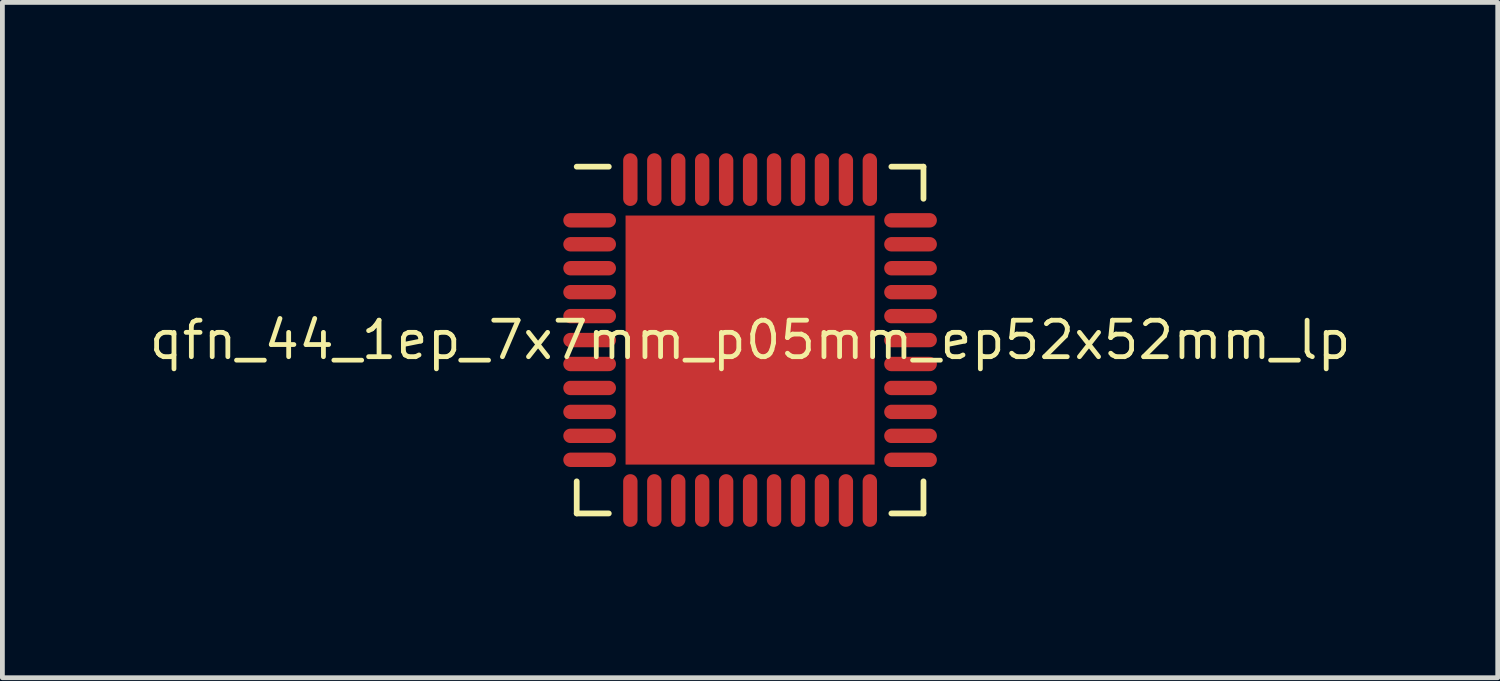
<source format=kicad_pcb>
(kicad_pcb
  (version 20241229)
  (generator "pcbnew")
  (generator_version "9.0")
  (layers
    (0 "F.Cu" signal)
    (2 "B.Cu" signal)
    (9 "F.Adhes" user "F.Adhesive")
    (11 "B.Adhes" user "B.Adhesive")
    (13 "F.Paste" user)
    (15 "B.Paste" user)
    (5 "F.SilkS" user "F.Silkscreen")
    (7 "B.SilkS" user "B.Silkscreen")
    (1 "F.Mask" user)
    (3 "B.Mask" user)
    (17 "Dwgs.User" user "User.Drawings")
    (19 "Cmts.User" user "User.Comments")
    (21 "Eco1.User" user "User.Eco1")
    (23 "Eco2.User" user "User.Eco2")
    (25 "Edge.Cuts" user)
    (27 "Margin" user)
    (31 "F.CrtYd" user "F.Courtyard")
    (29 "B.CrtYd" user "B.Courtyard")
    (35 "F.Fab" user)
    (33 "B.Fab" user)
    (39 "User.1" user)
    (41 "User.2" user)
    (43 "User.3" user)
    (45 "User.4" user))
  (footprint "qfn_44_1ep_7x7mm_p05mm_ep52x52mm_lp"
    (layer "F.Cu")
    (at 12.611 4.05)
    (property "Reference" "qfn_44_1ep_7x7mm_p05mm_ep52x52mm_lp" (at 0 0 0) (layer "F.SilkS") (effects (font (size 0.762 0.762) (thickness 0.1))))
    (attr through_hole)
    (fp_poly (pts (xy -2.75 2.75) (xy 2.75 2.75) (xy 2.75 -2.75) (xy -2.75 -2.75)) (stroke (width 0) (type solid)) (fill yes) (layer "F.Mask"))
    (fp_poly (pts (xy -2.95 -2.2) (xy -2.891 -2.206) (xy -2.835 -2.223) (xy -2.783 -2.251) (xy -2.738 -2.288) (xy -2.701 -2.333) (xy -2.673 -2.385) (xy -2.656 -2.441) (xy -2.65 -2.5) (xy -2.656 -2.559) (xy -2.673 -2.615) (xy -2.701 -2.667) (xy -2.738 -2.712) (xy -2.783 -2.749) (xy -2.835 -2.777) (xy -2.891 -2.794) (xy -2.95 -2.8) (xy -3.75 -2.8) (xy -3.809 -2.794) (xy -3.865 -2.777) (xy -3.917 -2.749) (xy -3.962 -2.712) (xy -3.999 -2.667) (xy -4.027 -2.615) (xy -4.044 -2.559) (xy -4.05 -2.5) (xy -4.044 -2.441) (xy -4.027 -2.385) (xy -3.999 -2.333) (xy -3.962 -2.288) (xy -3.917 -2.251) (xy -3.865 -2.223) (xy -3.809 -2.206) (xy -3.75 -2.2)) (stroke (width 0) (type solid)) (fill yes) (layer "F.Mask"))
    (fp_poly (pts (xy -2.95 -1.7) (xy -2.891 -1.706) (xy -2.835 -1.723) (xy -2.783 -1.751) (xy -2.738 -1.788) (xy -2.701 -1.833) (xy -2.673 -1.885) (xy -2.656 -1.941) (xy -2.65 -2) (xy -2.656 -2.059) (xy -2.673 -2.115) (xy -2.701 -2.167) (xy -2.738 -2.212) (xy -2.783 -2.249) (xy -2.835 -2.277) (xy -2.891 -2.294) (xy -2.95 -2.3) (xy -3.75 -2.3) (xy -3.809 -2.294) (xy -3.865 -2.277) (xy -3.917 -2.249) (xy -3.962 -2.212) (xy -3.999 -2.167) (xy -4.027 -2.115) (xy -4.044 -2.059) (xy -4.05 -2) (xy -4.044 -1.941) (xy -4.027 -1.885) (xy -3.999 -1.833) (xy -3.962 -1.788) (xy -3.917 -1.751) (xy -3.865 -1.723) (xy -3.809 -1.706) (xy -3.75 -1.7)) (stroke (width 0) (type solid)) (fill yes) (layer "F.Mask"))
    (fp_poly (pts (xy -2.95 -1.2) (xy -2.891 -1.206) (xy -2.835 -1.223) (xy -2.783 -1.251) (xy -2.738 -1.288) (xy -2.701 -1.333) (xy -2.673 -1.385) (xy -2.656 -1.441) (xy -2.65 -1.5) (xy -2.656 -1.559) (xy -2.673 -1.615) (xy -2.701 -1.667) (xy -2.738 -1.712) (xy -2.783 -1.749) (xy -2.835 -1.777) (xy -2.891 -1.794) (xy -2.95 -1.8) (xy -3.75 -1.8) (xy -3.809 -1.794) (xy -3.865 -1.777) (xy -3.917 -1.749) (xy -3.962 -1.712) (xy -3.999 -1.667) (xy -4.027 -1.615) (xy -4.044 -1.559) (xy -4.05 -1.5) (xy -4.044 -1.441) (xy -4.027 -1.385) (xy -3.999 -1.333) (xy -3.962 -1.288) (xy -3.917 -1.251) (xy -3.865 -1.223) (xy -3.809 -1.206) (xy -3.75 -1.2)) (stroke (width 0) (type solid)) (fill yes) (layer "F.Mask"))
    (fp_poly (pts (xy -2.95 -0.7) (xy -2.891 -0.706) (xy -2.835 -0.723) (xy -2.783 -0.751) (xy -2.738 -0.788) (xy -2.701 -0.833) (xy -2.673 -0.885) (xy -2.656 -0.941) (xy -2.65 -1) (xy -2.656 -1.059) (xy -2.673 -1.115) (xy -2.701 -1.167) (xy -2.738 -1.212) (xy -2.783 -1.249) (xy -2.835 -1.277) (xy -2.891 -1.294) (xy -2.95 -1.3) (xy -3.75 -1.3) (xy -3.809 -1.294) (xy -3.865 -1.277) (xy -3.917 -1.249) (xy -3.962 -1.212) (xy -3.999 -1.167) (xy -4.027 -1.115) (xy -4.044 -1.059) (xy -4.05 -1) (xy -4.044 -0.941) (xy -4.027 -0.885) (xy -3.999 -0.833) (xy -3.962 -0.788) (xy -3.917 -0.751) (xy -3.865 -0.723) (xy -3.809 -0.706) (xy -3.75 -0.7)) (stroke (width 0) (type solid)) (fill yes) (layer "F.Mask"))
    (fp_poly (pts (xy -2.95 -0.2) (xy -2.891 -0.206) (xy -2.835 -0.223) (xy -2.783 -0.251) (xy -2.738 -0.288) (xy -2.701 -0.333) (xy -2.673 -0.385) (xy -2.656 -0.441) (xy -2.65 -0.5) (xy -2.656 -0.559) (xy -2.673 -0.615) (xy -2.701 -0.667) (xy -2.738 -0.712) (xy -2.783 -0.749) (xy -2.835 -0.777) (xy -2.891 -0.794) (xy -2.95 -0.8) (xy -3.75 -0.8) (xy -3.809 -0.794) (xy -3.865 -0.777) (xy -3.917 -0.749) (xy -3.962 -0.712) (xy -3.999 -0.667) (xy -4.027 -0.615) (xy -4.044 -0.559) (xy -4.05 -0.5) (xy -4.044 -0.441) (xy -4.027 -0.385) (xy -3.999 -0.333) (xy -3.962 -0.288) (xy -3.917 -0.251) (xy -3.865 -0.223) (xy -3.809 -0.206) (xy -3.75 -0.2)) (stroke (width 0) (type solid)) (fill yes) (layer "F.Mask"))
    (fp_poly (pts (xy -2.95 0.3) (xy -2.891 0.294) (xy -2.835 0.277) (xy -2.783 0.249) (xy -2.738 0.212) (xy -2.701 0.167) (xy -2.673 0.115) (xy -2.656 0.059) (xy -2.65 0) (xy -2.656 -0.059) (xy -2.673 -0.115) (xy -2.701 -0.167) (xy -2.738 -0.212) (xy -2.783 -0.249) (xy -2.835 -0.277) (xy -2.891 -0.294) (xy -2.95 -0.3) (xy -3.75 -0.3) (xy -3.809 -0.294) (xy -3.865 -0.277) (xy -3.917 -0.249) (xy -3.962 -0.212) (xy -3.999 -0.167) (xy -4.027 -0.115) (xy -4.044 -0.059) (xy -4.05 0) (xy -4.044 0.059) (xy -4.027 0.115) (xy -3.999 0.167) (xy -3.962 0.212) (xy -3.917 0.249) (xy -3.865 0.277) (xy -3.809 0.294) (xy -3.75 0.3)) (stroke (width 0) (type solid)) (fill yes) (layer "F.Mask"))
    (fp_poly (pts (xy -2.95 0.8) (xy -2.891 0.794) (xy -2.835 0.777) (xy -2.783 0.749) (xy -2.738 0.712) (xy -2.701 0.667) (xy -2.673 0.615) (xy -2.656 0.559) (xy -2.65 0.5) (xy -2.656 0.441) (xy -2.673 0.385) (xy -2.701 0.333) (xy -2.738 0.288) (xy -2.783 0.251) (xy -2.835 0.223) (xy -2.891 0.206) (xy -2.95 0.2) (xy -3.75 0.2) (xy -3.809 0.206) (xy -3.865 0.223) (xy -3.917 0.251) (xy -3.962 0.288) (xy -3.999 0.333) (xy -4.027 0.385) (xy -4.044 0.441) (xy -4.05 0.5) (xy -4.044 0.559) (xy -4.027 0.615) (xy -3.999 0.667) (xy -3.962 0.712) (xy -3.917 0.749) (xy -3.865 0.777) (xy -3.809 0.794) (xy -3.75 0.8)) (stroke (width 0) (type solid)) (fill yes) (layer "F.Mask"))
    (fp_poly (pts (xy -2.95 1.3) (xy -2.891 1.294) (xy -2.835 1.277) (xy -2.783 1.249) (xy -2.738 1.212) (xy -2.701 1.167) (xy -2.673 1.115) (xy -2.656 1.059) (xy -2.65 1) (xy -2.656 0.941) (xy -2.673 0.885) (xy -2.701 0.833) (xy -2.738 0.788) (xy -2.783 0.751) (xy -2.835 0.723) (xy -2.891 0.706) (xy -2.95 0.7) (xy -3.75 0.7) (xy -3.809 0.706) (xy -3.865 0.723) (xy -3.917 0.751) (xy -3.962 0.788) (xy -3.999 0.833) (xy -4.027 0.885) (xy -4.044 0.941) (xy -4.05 1) (xy -4.044 1.059) (xy -4.027 1.115) (xy -3.999 1.167) (xy -3.962 1.212) (xy -3.917 1.249) (xy -3.865 1.277) (xy -3.809 1.294) (xy -3.75 1.3)) (stroke (width 0) (type solid)) (fill yes) (layer "F.Mask"))
    (fp_poly (pts (xy -2.95 1.8) (xy -2.891 1.794) (xy -2.835 1.777) (xy -2.783 1.749) (xy -2.738 1.712) (xy -2.701 1.667) (xy -2.673 1.615) (xy -2.656 1.559) (xy -2.65 1.5) (xy -2.656 1.441) (xy -2.673 1.385) (xy -2.701 1.333) (xy -2.738 1.288) (xy -2.783 1.251) (xy -2.835 1.223) (xy -2.891 1.206) (xy -2.95 1.2) (xy -3.75 1.2) (xy -3.809 1.206) (xy -3.865 1.223) (xy -3.917 1.251) (xy -3.962 1.288) (xy -3.999 1.333) (xy -4.027 1.385) (xy -4.044 1.441) (xy -4.05 1.5) (xy -4.044 1.559) (xy -4.027 1.615) (xy -3.999 1.667) (xy -3.962 1.712) (xy -3.917 1.749) (xy -3.865 1.777) (xy -3.809 1.794) (xy -3.75 1.8)) (stroke (width 0) (type solid)) (fill yes) (layer "F.Mask"))
    (fp_poly (pts (xy -2.95 2.3) (xy -2.891 2.294) (xy -2.835 2.277) (xy -2.783 2.249) (xy -2.738 2.212) (xy -2.701 2.167) (xy -2.673 2.115) (xy -2.656 2.059) (xy -2.65 2) (xy -2.656 1.941) (xy -2.673 1.885) (xy -2.701 1.833) (xy -2.738 1.788) (xy -2.783 1.751) (xy -2.835 1.723) (xy -2.891 1.706) (xy -2.95 1.7) (xy -3.75 1.7) (xy -3.809 1.706) (xy -3.865 1.723) (xy -3.917 1.751) (xy -3.962 1.788) (xy -3.999 1.833) (xy -4.027 1.885) (xy -4.044 1.941) (xy -4.05 2) (xy -4.044 2.059) (xy -4.027 2.115) (xy -3.999 2.167) (xy -3.962 2.212) (xy -3.917 2.249) (xy -3.865 2.277) (xy -3.809 2.294) (xy -3.75 2.3)) (stroke (width 0) (type solid)) (fill yes) (layer "F.Mask"))
    (fp_poly (pts (xy -2.95 2.8) (xy -2.891 2.794) (xy -2.835 2.777) (xy -2.783 2.749) (xy -2.738 2.712) (xy -2.701 2.667) (xy -2.673 2.615) (xy -2.656 2.559) (xy -2.65 2.5) (xy -2.656 2.441) (xy -2.673 2.385) (xy -2.701 2.333) (xy -2.738 2.288) (xy -2.783 2.251) (xy -2.835 2.223) (xy -2.891 2.206) (xy -2.95 2.2) (xy -3.75 2.2) (xy -3.809 2.206) (xy -3.865 2.223) (xy -3.917 2.251) (xy -3.962 2.288) (xy -3.999 2.333) (xy -4.027 2.385) (xy -4.044 2.441) (xy -4.05 2.5) (xy -4.044 2.559) (xy -4.027 2.615) (xy -3.999 2.667) (xy -3.962 2.712) (xy -3.917 2.749) (xy -3.865 2.777) (xy -3.809 2.794) (xy -3.75 2.8)) (stroke (width 0) (type solid)) (fill yes) (layer "F.Mask"))
    (fp_poly (pts (xy -2.2 -3.75) (xy -2.206 -3.809) (xy -2.223 -3.865) (xy -2.251 -3.917) (xy -2.288 -3.962) (xy -2.333 -3.999) (xy -2.385 -4.027) (xy -2.441 -4.044) (xy -2.5 -4.05) (xy -2.559 -4.044) (xy -2.615 -4.027) (xy -2.667 -3.999) (xy -2.712 -3.962) (xy -2.749 -3.917) (xy -2.777 -3.865) (xy -2.794 -3.809) (xy -2.8 -3.75) (xy -2.8 -2.95) (xy -2.794 -2.891) (xy -2.777 -2.835) (xy -2.749 -2.783) (xy -2.712 -2.738) (xy -2.667 -2.701) (xy -2.615 -2.673) (xy -2.559 -2.656) (xy -2.5 -2.65) (xy -2.441 -2.656) (xy -2.385 -2.673) (xy -2.333 -2.701) (xy -2.288 -2.738) (xy -2.251 -2.783) (xy -2.223 -2.835) (xy -2.206 -2.891) (xy -2.2 -2.95)) (stroke (width 0) (type solid)) (fill yes) (layer "F.Mask"))
    (fp_poly (pts (xy -2.2 2.95) (xy -2.206 2.891) (xy -2.223 2.835) (xy -2.251 2.783) (xy -2.288 2.738) (xy -2.333 2.701) (xy -2.385 2.673) (xy -2.441 2.656) (xy -2.5 2.65) (xy -2.559 2.656) (xy -2.615 2.673) (xy -2.667 2.701) (xy -2.712 2.738) (xy -2.749 2.783) (xy -2.777 2.835) (xy -2.794 2.891) (xy -2.8 2.95) (xy -2.8 3.75) (xy -2.794 3.809) (xy -2.777 3.865) (xy -2.749 3.917) (xy -2.712 3.962) (xy -2.667 3.999) (xy -2.615 4.027) (xy -2.559 4.044) (xy -2.5 4.05) (xy -2.441 4.044) (xy -2.385 4.027) (xy -2.333 3.999) (xy -2.288 3.962) (xy -2.251 3.917) (xy -2.223 3.865) (xy -2.206 3.809) (xy -2.2 3.75)) (stroke (width 0) (type solid)) (fill yes) (layer "F.Mask"))
    (fp_poly (pts (xy -1.7 -3.75) (xy -1.706 -3.809) (xy -1.723 -3.865) (xy -1.751 -3.917) (xy -1.788 -3.962) (xy -1.833 -3.999) (xy -1.885 -4.027) (xy -1.941 -4.044) (xy -2 -4.05) (xy -2.059 -4.044) (xy -2.115 -4.027) (xy -2.167 -3.999) (xy -2.212 -3.962) (xy -2.249 -3.917) (xy -2.277 -3.865) (xy -2.294 -3.809) (xy -2.3 -3.75) (xy -2.3 -2.95) (xy -2.294 -2.891) (xy -2.277 -2.835) (xy -2.249 -2.783) (xy -2.212 -2.738) (xy -2.167 -2.701) (xy -2.115 -2.673) (xy -2.059 -2.656) (xy -2 -2.65) (xy -1.941 -2.656) (xy -1.885 -2.673) (xy -1.833 -2.701) (xy -1.788 -2.738) (xy -1.751 -2.783) (xy -1.723 -2.835) (xy -1.706 -2.891) (xy -1.7 -2.95)) (stroke (width 0) (type solid)) (fill yes) (layer "F.Mask"))
    (fp_poly (pts (xy -1.7 2.95) (xy -1.706 2.891) (xy -1.723 2.835) (xy -1.751 2.783) (xy -1.788 2.738) (xy -1.833 2.701) (xy -1.885 2.673) (xy -1.941 2.656) (xy -2 2.65) (xy -2.059 2.656) (xy -2.115 2.673) (xy -2.167 2.701) (xy -2.212 2.738) (xy -2.249 2.783) (xy -2.277 2.835) (xy -2.294 2.891) (xy -2.3 2.95) (xy -2.3 3.75) (xy -2.294 3.809) (xy -2.277 3.865) (xy -2.249 3.917) (xy -2.212 3.962) (xy -2.167 3.999) (xy -2.115 4.027) (xy -2.059 4.044) (xy -2 4.05) (xy -1.941 4.044) (xy -1.885 4.027) (xy -1.833 3.999) (xy -1.788 3.962) (xy -1.751 3.917) (xy -1.723 3.865) (xy -1.706 3.809) (xy -1.7 3.75)) (stroke (width 0) (type solid)) (fill yes) (layer "F.Mask"))
    (fp_poly (pts (xy -1.2 -3.75) (xy -1.206 -3.809) (xy -1.223 -3.865) (xy -1.251 -3.917) (xy -1.288 -3.962) (xy -1.333 -3.999) (xy -1.385 -4.027) (xy -1.441 -4.044) (xy -1.5 -4.05) (xy -1.559 -4.044) (xy -1.615 -4.027) (xy -1.667 -3.999) (xy -1.712 -3.962) (xy -1.749 -3.917) (xy -1.777 -3.865) (xy -1.794 -3.809) (xy -1.8 -3.75) (xy -1.8 -2.95) (xy -1.794 -2.891) (xy -1.777 -2.835) (xy -1.749 -2.783) (xy -1.712 -2.738) (xy -1.667 -2.701) (xy -1.615 -2.673) (xy -1.559 -2.656) (xy -1.5 -2.65) (xy -1.441 -2.656) (xy -1.385 -2.673) (xy -1.333 -2.701) (xy -1.288 -2.738) (xy -1.251 -2.783) (xy -1.223 -2.835) (xy -1.206 -2.891) (xy -1.2 -2.95)) (stroke (width 0) (type solid)) (fill yes) (layer "F.Mask"))
    (fp_poly (pts (xy -1.2 2.95) (xy -1.206 2.891) (xy -1.223 2.835) (xy -1.251 2.783) (xy -1.288 2.738) (xy -1.333 2.701) (xy -1.385 2.673) (xy -1.441 2.656) (xy -1.5 2.65) (xy -1.559 2.656) (xy -1.615 2.673) (xy -1.667 2.701) (xy -1.712 2.738) (xy -1.749 2.783) (xy -1.777 2.835) (xy -1.794 2.891) (xy -1.8 2.95) (xy -1.8 3.75) (xy -1.794 3.809) (xy -1.777 3.865) (xy -1.749 3.917) (xy -1.712 3.962) (xy -1.667 3.999) (xy -1.615 4.027) (xy -1.559 4.044) (xy -1.5 4.05) (xy -1.441 4.044) (xy -1.385 4.027) (xy -1.333 3.999) (xy -1.288 3.962) (xy -1.251 3.917) (xy -1.223 3.865) (xy -1.206 3.809) (xy -1.2 3.75)) (stroke (width 0) (type solid)) (fill yes) (layer "F.Mask"))
    (fp_poly (pts (xy -0.7 -3.75) (xy -0.706 -3.809) (xy -0.723 -3.865) (xy -0.751 -3.917) (xy -0.788 -3.962) (xy -0.833 -3.999) (xy -0.885 -4.027) (xy -0.941 -4.044) (xy -1 -4.05) (xy -1.059 -4.044) (xy -1.115 -4.027) (xy -1.167 -3.999) (xy -1.212 -3.962) (xy -1.249 -3.917) (xy -1.277 -3.865) (xy -1.294 -3.809) (xy -1.3 -3.75) (xy -1.3 -2.95) (xy -1.294 -2.891) (xy -1.277 -2.835) (xy -1.249 -2.783) (xy -1.212 -2.738) (xy -1.167 -2.701) (xy -1.115 -2.673) (xy -1.059 -2.656) (xy -1 -2.65) (xy -0.941 -2.656) (xy -0.885 -2.673) (xy -0.833 -2.701) (xy -0.788 -2.738) (xy -0.751 -2.783) (xy -0.723 -2.835) (xy -0.706 -2.891) (xy -0.7 -2.95)) (stroke (width 0) (type solid)) (fill yes) (layer "F.Mask"))
    (fp_poly (pts (xy -0.7 2.95) (xy -0.706 2.891) (xy -0.723 2.835) (xy -0.751 2.783) (xy -0.788 2.738) (xy -0.833 2.701) (xy -0.885 2.673) (xy -0.941 2.656) (xy -1 2.65) (xy -1.059 2.656) (xy -1.115 2.673) (xy -1.167 2.701) (xy -1.212 2.738) (xy -1.249 2.783) (xy -1.277 2.835) (xy -1.294 2.891) (xy -1.3 2.95) (xy -1.3 3.75) (xy -1.294 3.809) (xy -1.277 3.865) (xy -1.249 3.917) (xy -1.212 3.962) (xy -1.167 3.999) (xy -1.115 4.027) (xy -1.059 4.044) (xy -1 4.05) (xy -0.941 4.044) (xy -0.885 4.027) (xy -0.833 3.999) (xy -0.788 3.962) (xy -0.751 3.917) (xy -0.723 3.865) (xy -0.706 3.809) (xy -0.7 3.75)) (stroke (width 0) (type solid)) (fill yes) (layer "F.Mask"))
    (fp_poly (pts (xy -0.2 -3.75) (xy -0.206 -3.809) (xy -0.223 -3.865) (xy -0.251 -3.917) (xy -0.288 -3.962) (xy -0.333 -3.999) (xy -0.385 -4.027) (xy -0.441 -4.044) (xy -0.5 -4.05) (xy -0.559 -4.044) (xy -0.615 -4.027) (xy -0.667 -3.999) (xy -0.712 -3.962) (xy -0.749 -3.917) (xy -0.777 -3.865) (xy -0.794 -3.809) (xy -0.8 -3.75) (xy -0.8 -2.95) (xy -0.794 -2.891) (xy -0.777 -2.835) (xy -0.749 -2.783) (xy -0.712 -2.738) (xy -0.667 -2.701) (xy -0.615 -2.673) (xy -0.559 -2.656) (xy -0.5 -2.65) (xy -0.441 -2.656) (xy -0.385 -2.673) (xy -0.333 -2.701) (xy -0.288 -2.738) (xy -0.251 -2.783) (xy -0.223 -2.835) (xy -0.206 -2.891) (xy -0.2 -2.95)) (stroke (width 0) (type solid)) (fill yes) (layer "F.Mask"))
    (fp_poly (pts (xy -0.2 2.95) (xy -0.206 2.891) (xy -0.223 2.835) (xy -0.251 2.783) (xy -0.288 2.738) (xy -0.333 2.701) (xy -0.385 2.673) (xy -0.441 2.656) (xy -0.5 2.65) (xy -0.559 2.656) (xy -0.615 2.673) (xy -0.667 2.701) (xy -0.712 2.738) (xy -0.749 2.783) (xy -0.777 2.835) (xy -0.794 2.891) (xy -0.8 2.95) (xy -0.8 3.75) (xy -0.794 3.809) (xy -0.777 3.865) (xy -0.749 3.917) (xy -0.712 3.962) (xy -0.667 3.999) (xy -0.615 4.027) (xy -0.559 4.044) (xy -0.5 4.05) (xy -0.441 4.044) (xy -0.385 4.027) (xy -0.333 3.999) (xy -0.288 3.962) (xy -0.251 3.917) (xy -0.223 3.865) (xy -0.206 3.809) (xy -0.2 3.75)) (stroke (width 0) (type solid)) (fill yes) (layer "F.Mask"))
    (fp_poly (pts (xy 0.3 -3.75) (xy 0.294 -3.809) (xy 0.277 -3.865) (xy 0.249 -3.917) (xy 0.212 -3.962) (xy 0.167 -3.999) (xy 0.115 -4.027) (xy 0.059 -4.044) (xy 0 -4.05) (xy -0.059 -4.044) (xy -0.115 -4.027) (xy -0.167 -3.999) (xy -0.212 -3.962) (xy -0.249 -3.917) (xy -0.277 -3.865) (xy -0.294 -3.809) (xy -0.3 -3.75) (xy -0.3 -2.95) (xy -0.294 -2.891) (xy -0.277 -2.835) (xy -0.249 -2.783) (xy -0.212 -2.738) (xy -0.167 -2.701) (xy -0.115 -2.673) (xy -0.059 -2.656) (xy 0 -2.65) (xy 0.059 -2.656) (xy 0.115 -2.673) (xy 0.167 -2.701) (xy 0.212 -2.738) (xy 0.249 -2.783) (xy 0.277 -2.835) (xy 0.294 -2.891) (xy 0.3 -2.95)) (stroke (width 0) (type solid)) (fill yes) (layer "F.Mask"))
    (fp_poly (pts (xy 0.3 2.95) (xy 0.294 2.891) (xy 0.277 2.835) (xy 0.249 2.783) (xy 0.212 2.738) (xy 0.167 2.701) (xy 0.115 2.673) (xy 0.059 2.656) (xy 0 2.65) (xy -0.059 2.656) (xy -0.115 2.673) (xy -0.167 2.701) (xy -0.212 2.738) (xy -0.249 2.783) (xy -0.277 2.835) (xy -0.294 2.891) (xy -0.3 2.95) (xy -0.3 3.75) (xy -0.294 3.809) (xy -0.277 3.865) (xy -0.249 3.917) (xy -0.212 3.962) (xy -0.167 3.999) (xy -0.115 4.027) (xy -0.059 4.044) (xy 0 4.05) (xy 0.059 4.044) (xy 0.115 4.027) (xy 0.167 3.999) (xy 0.212 3.962) (xy 0.249 3.917) (xy 0.277 3.865) (xy 0.294 3.809) (xy 0.3 3.75)) (stroke (width 0) (type solid)) (fill yes) (layer "F.Mask"))
    (fp_poly (pts (xy 0.8 -3.75) (xy 0.794 -3.809) (xy 0.777 -3.865) (xy 0.749 -3.917) (xy 0.712 -3.962) (xy 0.667 -3.999) (xy 0.615 -4.027) (xy 0.559 -4.044) (xy 0.5 -4.05) (xy 0.441 -4.044) (xy 0.385 -4.027) (xy 0.333 -3.999) (xy 0.288 -3.962) (xy 0.251 -3.917) (xy 0.223 -3.865) (xy 0.206 -3.809) (xy 0.2 -3.75) (xy 0.2 -2.95) (xy 0.206 -2.891) (xy 0.223 -2.835) (xy 0.251 -2.783) (xy 0.288 -2.738) (xy 0.333 -2.701) (xy 0.385 -2.673) (xy 0.441 -2.656) (xy 0.5 -2.65) (xy 0.559 -2.656) (xy 0.615 -2.673) (xy 0.667 -2.701) (xy 0.712 -2.738) (xy 0.749 -2.783) (xy 0.777 -2.835) (xy 0.794 -2.891) (xy 0.8 -2.95)) (stroke (width 0) (type solid)) (fill yes) (layer "F.Mask"))
    (fp_poly (pts (xy 0.8 2.95) (xy 0.794 2.891) (xy 0.777 2.835) (xy 0.749 2.783) (xy 0.712 2.738) (xy 0.667 2.701) (xy 0.615 2.673) (xy 0.559 2.656) (xy 0.5 2.65) (xy 0.441 2.656) (xy 0.385 2.673) (xy 0.333 2.701) (xy 0.288 2.738) (xy 0.251 2.783) (xy 0.223 2.835) (xy 0.206 2.891) (xy 0.2 2.95) (xy 0.2 3.75) (xy 0.206 3.809) (xy 0.223 3.865) (xy 0.251 3.917) (xy 0.288 3.962) (xy 0.333 3.999) (xy 0.385 4.027) (xy 0.441 4.044) (xy 0.5 4.05) (xy 0.559 4.044) (xy 0.615 4.027) (xy 0.667 3.999) (xy 0.712 3.962) (xy 0.749 3.917) (xy 0.777 3.865) (xy 0.794 3.809) (xy 0.8 3.75)) (stroke (width 0) (type solid)) (fill yes) (layer "F.Mask"))
    (fp_poly (pts (xy 1.3 -3.75) (xy 1.294 -3.809) (xy 1.277 -3.865) (xy 1.249 -3.917) (xy 1.212 -3.962) (xy 1.167 -3.999) (xy 1.115 -4.027) (xy 1.059 -4.044) (xy 1 -4.05) (xy 0.941 -4.044) (xy 0.885 -4.027) (xy 0.833 -3.999) (xy 0.788 -3.962) (xy 0.751 -3.917) (xy 0.723 -3.865) (xy 0.706 -3.809) (xy 0.7 -3.75) (xy 0.7 -2.95) (xy 0.706 -2.891) (xy 0.723 -2.835) (xy 0.751 -2.783) (xy 0.788 -2.738) (xy 0.833 -2.701) (xy 0.885 -2.673) (xy 0.941 -2.656) (xy 1 -2.65) (xy 1.059 -2.656) (xy 1.115 -2.673) (xy 1.167 -2.701) (xy 1.212 -2.738) (xy 1.249 -2.783) (xy 1.277 -2.835) (xy 1.294 -2.891) (xy 1.3 -2.95)) (stroke (width 0) (type solid)) (fill yes) (layer "F.Mask"))
    (fp_poly (pts (xy 1.3 2.95) (xy 1.294 2.891) (xy 1.277 2.835) (xy 1.249 2.783) (xy 1.212 2.738) (xy 1.167 2.701) (xy 1.115 2.673) (xy 1.059 2.656) (xy 1 2.65) (xy 0.941 2.656) (xy 0.885 2.673) (xy 0.833 2.701) (xy 0.788 2.738) (xy 0.751 2.783) (xy 0.723 2.835) (xy 0.706 2.891) (xy 0.7 2.95) (xy 0.7 3.75) (xy 0.706 3.809) (xy 0.723 3.865) (xy 0.751 3.917) (xy 0.788 3.962) (xy 0.833 3.999) (xy 0.885 4.027) (xy 0.941 4.044) (xy 1 4.05) (xy 1.059 4.044) (xy 1.115 4.027) (xy 1.167 3.999) (xy 1.212 3.962) (xy 1.249 3.917) (xy 1.277 3.865) (xy 1.294 3.809) (xy 1.3 3.75)) (stroke (width 0) (type solid)) (fill yes) (layer "F.Mask"))
    (fp_poly (pts (xy 1.8 -3.75) (xy 1.794 -3.809) (xy 1.777 -3.865) (xy 1.749 -3.917) (xy 1.712 -3.962) (xy 1.667 -3.999) (xy 1.615 -4.027) (xy 1.559 -4.044) (xy 1.5 -4.05) (xy 1.441 -4.044) (xy 1.385 -4.027) (xy 1.333 -3.999) (xy 1.288 -3.962) (xy 1.251 -3.917) (xy 1.223 -3.865) (xy 1.206 -3.809) (xy 1.2 -3.75) (xy 1.2 -2.95) (xy 1.206 -2.891) (xy 1.223 -2.835) (xy 1.251 -2.783) (xy 1.288 -2.738) (xy 1.333 -2.701) (xy 1.385 -2.673) (xy 1.441 -2.656) (xy 1.5 -2.65) (xy 1.559 -2.656) (xy 1.615 -2.673) (xy 1.667 -2.701) (xy 1.712 -2.738) (xy 1.749 -2.783) (xy 1.777 -2.835) (xy 1.794 -2.891) (xy 1.8 -2.95)) (stroke (width 0) (type solid)) (fill yes) (layer "F.Mask"))
    (fp_poly (pts (xy 1.8 2.95) (xy 1.794 2.891) (xy 1.777 2.835) (xy 1.749 2.783) (xy 1.712 2.738) (xy 1.667 2.701) (xy 1.615 2.673) (xy 1.559 2.656) (xy 1.5 2.65) (xy 1.441 2.656) (xy 1.385 2.673) (xy 1.333 2.701) (xy 1.288 2.738) (xy 1.251 2.783) (xy 1.223 2.835) (xy 1.206 2.891) (xy 1.2 2.95) (xy 1.2 3.75) (xy 1.206 3.809) (xy 1.223 3.865) (xy 1.251 3.917) (xy 1.288 3.962) (xy 1.333 3.999) (xy 1.385 4.027) (xy 1.441 4.044) (xy 1.5 4.05) (xy 1.559 4.044) (xy 1.615 4.027) (xy 1.667 3.999) (xy 1.712 3.962) (xy 1.749 3.917) (xy 1.777 3.865) (xy 1.794 3.809) (xy 1.8 3.75)) (stroke (width 0) (type solid)) (fill yes) (layer "F.Mask"))
    (fp_poly (pts (xy 2.3 -3.75) (xy 2.294 -3.809) (xy 2.277 -3.865) (xy 2.249 -3.917) (xy 2.212 -3.962) (xy 2.167 -3.999) (xy 2.115 -4.027) (xy 2.059 -4.044) (xy 2 -4.05) (xy 1.941 -4.044) (xy 1.885 -4.027) (xy 1.833 -3.999) (xy 1.788 -3.962) (xy 1.751 -3.917) (xy 1.723 -3.865) (xy 1.706 -3.809) (xy 1.7 -3.75) (xy 1.7 -2.95) (xy 1.706 -2.891) (xy 1.723 -2.835) (xy 1.751 -2.783) (xy 1.788 -2.738) (xy 1.833 -2.701) (xy 1.885 -2.673) (xy 1.941 -2.656) (xy 2 -2.65) (xy 2.059 -2.656) (xy 2.115 -2.673) (xy 2.167 -2.701) (xy 2.212 -2.738) (xy 2.249 -2.783) (xy 2.277 -2.835) (xy 2.294 -2.891) (xy 2.3 -2.95)) (stroke (width 0) (type solid)) (fill yes) (layer "F.Mask"))
    (fp_poly (pts (xy 2.3 2.95) (xy 2.294 2.891) (xy 2.277 2.835) (xy 2.249 2.783) (xy 2.212 2.738) (xy 2.167 2.701) (xy 2.115 2.673) (xy 2.059 2.656) (xy 2 2.65) (xy 1.941 2.656) (xy 1.885 2.673) (xy 1.833 2.701) (xy 1.788 2.738) (xy 1.751 2.783) (xy 1.723 2.835) (xy 1.706 2.891) (xy 1.7 2.95) (xy 1.7 3.75) (xy 1.706 3.809) (xy 1.723 3.865) (xy 1.751 3.917) (xy 1.788 3.962) (xy 1.833 3.999) (xy 1.885 4.027) (xy 1.941 4.044) (xy 2 4.05) (xy 2.059 4.044) (xy 2.115 4.027) (xy 2.167 3.999) (xy 2.212 3.962) (xy 2.249 3.917) (xy 2.277 3.865) (xy 2.294 3.809) (xy 2.3 3.75)) (stroke (width 0) (type solid)) (fill yes) (layer "F.Mask"))
    (fp_poly (pts (xy 2.8 -3.75) (xy 2.794 -3.809) (xy 2.777 -3.865) (xy 2.749 -3.917) (xy 2.712 -3.962) (xy 2.667 -3.999) (xy 2.615 -4.027) (xy 2.559 -4.044) (xy 2.5 -4.05) (xy 2.441 -4.044) (xy 2.385 -4.027) (xy 2.333 -3.999) (xy 2.288 -3.962) (xy 2.251 -3.917) (xy 2.223 -3.865) (xy 2.206 -3.809) (xy 2.2 -3.75) (xy 2.2 -2.95) (xy 2.206 -2.891) (xy 2.223 -2.835) (xy 2.251 -2.783) (xy 2.288 -2.738) (xy 2.333 -2.701) (xy 2.385 -2.673) (xy 2.441 -2.656) (xy 2.5 -2.65) (xy 2.559 -2.656) (xy 2.615 -2.673) (xy 2.667 -2.701) (xy 2.712 -2.738) (xy 2.749 -2.783) (xy 2.777 -2.835) (xy 2.794 -2.891) (xy 2.8 -2.95)) (stroke (width 0) (type solid)) (fill yes) (layer "F.Mask"))
    (fp_poly (pts (xy 2.8 2.95) (xy 2.794 2.891) (xy 2.777 2.835) (xy 2.749 2.783) (xy 2.712 2.738) (xy 2.667 2.701) (xy 2.615 2.673) (xy 2.559 2.656) (xy 2.5 2.65) (xy 2.441 2.656) (xy 2.385 2.673) (xy 2.333 2.701) (xy 2.288 2.738) (xy 2.251 2.783) (xy 2.223 2.835) (xy 2.206 2.891) (xy 2.2 2.95) (xy 2.2 3.75) (xy 2.206 3.809) (xy 2.223 3.865) (xy 2.251 3.917) (xy 2.288 3.962) (xy 2.333 3.999) (xy 2.385 4.027) (xy 2.441 4.044) (xy 2.5 4.05) (xy 2.559 4.044) (xy 2.615 4.027) (xy 2.667 3.999) (xy 2.712 3.962) (xy 2.749 3.917) (xy 2.777 3.865) (xy 2.794 3.809) (xy 2.8 3.75)) (stroke (width 0) (type solid)) (fill yes) (layer "F.Mask"))
    (fp_poly (pts (xy 3.75 -2.2) (xy 3.809 -2.206) (xy 3.865 -2.223) (xy 3.917 -2.251) (xy 3.962 -2.288) (xy 3.999 -2.333) (xy 4.027 -2.385) (xy 4.044 -2.441) (xy 4.05 -2.5) (xy 4.044 -2.559) (xy 4.027 -2.615) (xy 3.999 -2.667) (xy 3.962 -2.712) (xy 3.917 -2.749) (xy 3.865 -2.777) (xy 3.809 -2.794) (xy 3.75 -2.8) (xy 2.95 -2.8) (xy 2.891 -2.794) (xy 2.835 -2.777) (xy 2.783 -2.749) (xy 2.738 -2.712) (xy 2.701 -2.667) (xy 2.673 -2.615) (xy 2.656 -2.559) (xy 2.65 -2.5) (xy 2.656 -2.441) (xy 2.673 -2.385) (xy 2.701 -2.333) (xy 2.738 -2.288) (xy 2.783 -2.251) (xy 2.835 -2.223) (xy 2.891 -2.206) (xy 2.95 -2.2)) (stroke (width 0) (type solid)) (fill yes) (layer "F.Mask"))
    (fp_poly (pts (xy 3.75 -1.7) (xy 3.809 -1.706) (xy 3.865 -1.723) (xy 3.917 -1.751) (xy 3.962 -1.788) (xy 3.999 -1.833) (xy 4.027 -1.885) (xy 4.044 -1.941) (xy 4.05 -2) (xy 4.044 -2.059) (xy 4.027 -2.115) (xy 3.999 -2.167) (xy 3.962 -2.212) (xy 3.917 -2.249) (xy 3.865 -2.277) (xy 3.809 -2.294) (xy 3.75 -2.3) (xy 2.95 -2.3) (xy 2.891 -2.294) (xy 2.835 -2.277) (xy 2.783 -2.249) (xy 2.738 -2.212) (xy 2.701 -2.167) (xy 2.673 -2.115) (xy 2.656 -2.059) (xy 2.65 -2) (xy 2.656 -1.941) (xy 2.673 -1.885) (xy 2.701 -1.833) (xy 2.738 -1.788) (xy 2.783 -1.751) (xy 2.835 -1.723) (xy 2.891 -1.706) (xy 2.95 -1.7)) (stroke (width 0) (type solid)) (fill yes) (layer "F.Mask"))
    (fp_poly (pts (xy 3.75 -1.2) (xy 3.809 -1.206) (xy 3.865 -1.223) (xy 3.917 -1.251) (xy 3.962 -1.288) (xy 3.999 -1.333) (xy 4.027 -1.385) (xy 4.044 -1.441) (xy 4.05 -1.5) (xy 4.044 -1.559) (xy 4.027 -1.615) (xy 3.999 -1.667) (xy 3.962 -1.712) (xy 3.917 -1.749) (xy 3.865 -1.777) (xy 3.809 -1.794) (xy 3.75 -1.8) (xy 2.95 -1.8) (xy 2.891 -1.794) (xy 2.835 -1.777) (xy 2.783 -1.749) (xy 2.738 -1.712) (xy 2.701 -1.667) (xy 2.673 -1.615) (xy 2.656 -1.559) (xy 2.65 -1.5) (xy 2.656 -1.441) (xy 2.673 -1.385) (xy 2.701 -1.333) (xy 2.738 -1.288) (xy 2.783 -1.251) (xy 2.835 -1.223) (xy 2.891 -1.206) (xy 2.95 -1.2)) (stroke (width 0) (type solid)) (fill yes) (layer "F.Mask"))
    (fp_poly (pts (xy 3.75 -0.7) (xy 3.809 -0.706) (xy 3.865 -0.723) (xy 3.917 -0.751) (xy 3.962 -0.788) (xy 3.999 -0.833) (xy 4.027 -0.885) (xy 4.044 -0.941) (xy 4.05 -1) (xy 4.044 -1.059) (xy 4.027 -1.115) (xy 3.999 -1.167) (xy 3.962 -1.212) (xy 3.917 -1.249) (xy 3.865 -1.277) (xy 3.809 -1.294) (xy 3.75 -1.3) (xy 2.95 -1.3) (xy 2.891 -1.294) (xy 2.835 -1.277) (xy 2.783 -1.249) (xy 2.738 -1.212) (xy 2.701 -1.167) (xy 2.673 -1.115) (xy 2.656 -1.059) (xy 2.65 -1) (xy 2.656 -0.941) (xy 2.673 -0.885) (xy 2.701 -0.833) (xy 2.738 -0.788) (xy 2.783 -0.751) (xy 2.835 -0.723) (xy 2.891 -0.706) (xy 2.95 -0.7)) (stroke (width 0) (type solid)) (fill yes) (layer "F.Mask"))
    (fp_poly (pts (xy 3.75 -0.2) (xy 3.809 -0.206) (xy 3.865 -0.223) (xy 3.917 -0.251) (xy 3.962 -0.288) (xy 3.999 -0.333) (xy 4.027 -0.385) (xy 4.044 -0.441) (xy 4.05 -0.5) (xy 4.044 -0.559) (xy 4.027 -0.615) (xy 3.999 -0.667) (xy 3.962 -0.712) (xy 3.917 -0.749) (xy 3.865 -0.777) (xy 3.809 -0.794) (xy 3.75 -0.8) (xy 2.95 -0.8) (xy 2.891 -0.794) (xy 2.835 -0.777) (xy 2.783 -0.749) (xy 2.738 -0.712) (xy 2.701 -0.667) (xy 2.673 -0.615) (xy 2.656 -0.559) (xy 2.65 -0.5) (xy 2.656 -0.441) (xy 2.673 -0.385) (xy 2.701 -0.333) (xy 2.738 -0.288) (xy 2.783 -0.251) (xy 2.835 -0.223) (xy 2.891 -0.206) (xy 2.95 -0.2)) (stroke (width 0) (type solid)) (fill yes) (layer "F.Mask"))
    (fp_poly (pts (xy 3.75 0.3) (xy 3.809 0.294) (xy 3.865 0.277) (xy 3.917 0.249) (xy 3.962 0.212) (xy 3.999 0.167) (xy 4.027 0.115) (xy 4.044 0.059) (xy 4.05 0) (xy 4.044 -0.059) (xy 4.027 -0.115) (xy 3.999 -0.167) (xy 3.962 -0.212) (xy 3.917 -0.249) (xy 3.865 -0.277) (xy 3.809 -0.294) (xy 3.75 -0.3) (xy 2.95 -0.3) (xy 2.891 -0.294) (xy 2.835 -0.277) (xy 2.783 -0.249) (xy 2.738 -0.212) (xy 2.701 -0.167) (xy 2.673 -0.115) (xy 2.656 -0.059) (xy 2.65 0) (xy 2.656 0.059) (xy 2.673 0.115) (xy 2.701 0.167) (xy 2.738 0.212) (xy 2.783 0.249) (xy 2.835 0.277) (xy 2.891 0.294) (xy 2.95 0.3)) (stroke (width 0) (type solid)) (fill yes) (layer "F.Mask"))
    (fp_poly (pts (xy 3.75 0.8) (xy 3.809 0.794) (xy 3.865 0.777) (xy 3.917 0.749) (xy 3.962 0.712) (xy 3.999 0.667) (xy 4.027 0.615) (xy 4.044 0.559) (xy 4.05 0.5) (xy 4.044 0.441) (xy 4.027 0.385) (xy 3.999 0.333) (xy 3.962 0.288) (xy 3.917 0.251) (xy 3.865 0.223) (xy 3.809 0.206) (xy 3.75 0.2) (xy 2.95 0.2) (xy 2.891 0.206) (xy 2.835 0.223) (xy 2.783 0.251) (xy 2.738 0.288) (xy 2.701 0.333) (xy 2.673 0.385) (xy 2.656 0.441) (xy 2.65 0.5) (xy 2.656 0.559) (xy 2.673 0.615) (xy 2.701 0.667) (xy 2.738 0.712) (xy 2.783 0.749) (xy 2.835 0.777) (xy 2.891 0.794) (xy 2.95 0.8)) (stroke (width 0) (type solid)) (fill yes) (layer "F.Mask"))
    (fp_poly (pts (xy 3.75 1.3) (xy 3.809 1.294) (xy 3.865 1.277) (xy 3.917 1.249) (xy 3.962 1.212) (xy 3.999 1.167) (xy 4.027 1.115) (xy 4.044 1.059) (xy 4.05 1) (xy 4.044 0.941) (xy 4.027 0.885) (xy 3.999 0.833) (xy 3.962 0.788) (xy 3.917 0.751) (xy 3.865 0.723) (xy 3.809 0.706) (xy 3.75 0.7) (xy 2.95 0.7) (xy 2.891 0.706) (xy 2.835 0.723) (xy 2.783 0.751) (xy 2.738 0.788) (xy 2.701 0.833) (xy 2.673 0.885) (xy 2.656 0.941) (xy 2.65 1) (xy 2.656 1.059) (xy 2.673 1.115) (xy 2.701 1.167) (xy 2.738 1.212) (xy 2.783 1.249) (xy 2.835 1.277) (xy 2.891 1.294) (xy 2.95 1.3)) (stroke (width 0) (type solid)) (fill yes) (layer "F.Mask"))
    (fp_poly (pts (xy 3.75 1.8) (xy 3.809 1.794) (xy 3.865 1.777) (xy 3.917 1.749) (xy 3.962 1.712) (xy 3.999 1.667) (xy 4.027 1.615) (xy 4.044 1.559) (xy 4.05 1.5) (xy 4.044 1.441) (xy 4.027 1.385) (xy 3.999 1.333) (xy 3.962 1.288) (xy 3.917 1.251) (xy 3.865 1.223) (xy 3.809 1.206) (xy 3.75 1.2) (xy 2.95 1.2) (xy 2.891 1.206) (xy 2.835 1.223) (xy 2.783 1.251) (xy 2.738 1.288) (xy 2.701 1.333) (xy 2.673 1.385) (xy 2.656 1.441) (xy 2.65 1.5) (xy 2.656 1.559) (xy 2.673 1.615) (xy 2.701 1.667) (xy 2.738 1.712) (xy 2.783 1.749) (xy 2.835 1.777) (xy 2.891 1.794) (xy 2.95 1.8)) (stroke (width 0) (type solid)) (fill yes) (layer "F.Mask"))
    (fp_poly (pts (xy 3.75 2.3) (xy 3.809 2.294) (xy 3.865 2.277) (xy 3.917 2.249) (xy 3.962 2.212) (xy 3.999 2.167) (xy 4.027 2.115) (xy 4.044 2.059) (xy 4.05 2) (xy 4.044 1.941) (xy 4.027 1.885) (xy 3.999 1.833) (xy 3.962 1.788) (xy 3.917 1.751) (xy 3.865 1.723) (xy 3.809 1.706) (xy 3.75 1.7) (xy 2.95 1.7) (xy 2.891 1.706) (xy 2.835 1.723) (xy 2.783 1.751) (xy 2.738 1.788) (xy 2.701 1.833) (xy 2.673 1.885) (xy 2.656 1.941) (xy 2.65 2) (xy 2.656 2.059) (xy 2.673 2.115) (xy 2.701 2.167) (xy 2.738 2.212) (xy 2.783 2.249) (xy 2.835 2.277) (xy 2.891 2.294) (xy 2.95 2.3)) (stroke (width 0) (type solid)) (fill yes) (layer "F.Mask"))
    (fp_poly (pts (xy 3.75 2.8) (xy 3.809 2.794) (xy 3.865 2.777) (xy 3.917 2.749) (xy 3.962 2.712) (xy 3.999 2.667) (xy 4.027 2.615) (xy 4.044 2.559) (xy 4.05 2.5) (xy 4.044 2.441) (xy 4.027 2.385) (xy 3.999 2.333) (xy 3.962 2.288) (xy 3.917 2.251) (xy 3.865 2.223) (xy 3.809 2.206) (xy 3.75 2.2) (xy 2.95 2.2) (xy 2.891 2.206) (xy 2.835 2.223) (xy 2.783 2.251) (xy 2.738 2.288) (xy 2.701 2.333) (xy 2.673 2.385) (xy 2.656 2.441) (xy 2.65 2.5) (xy 2.656 2.559) (xy 2.673 2.615) (xy 2.701 2.667) (xy 2.738 2.712) (xy 2.783 2.749) (xy 2.835 2.777) (xy 2.891 2.794) (xy 2.95 2.8)) (stroke (width 0) (type solid)) (fill yes) (layer "F.Mask"))
    (fp_line (start -3.62 -3.62) (end -2.95 -3.62) (stroke (width 0.12) (type solid)) (layer "F.SilkS"))
    (fp_line (start -3.62 3.62) (end -3.62 2.95) (stroke (width 0.12) (type solid)) (layer "F.SilkS"))
    (fp_line (start -3.62 3.62) (end -2.95 3.62) (stroke (width 0.12) (type solid)) (layer "F.SilkS"))
    (fp_line (start 3.62 -3.62) (end 2.95 -3.62) (stroke (width 0.12) (type solid)) (layer "F.SilkS"))
    (fp_line (start 3.62 -3.62) (end 3.62 -2.95) (stroke (width 0.12) (type solid)) (layer "F.SilkS"))
    (fp_line (start 3.62 3.62) (end 2.95 3.62) (stroke (width 0.12) (type solid)) (layer "F.SilkS"))
    (fp_line (start 3.62 3.62) (end 3.62 2.95) (stroke (width 0.12) (type solid)) (layer "F.SilkS"))
    (fp_poly (pts (xy -2.475 -1.645) (xy -1.645 -1.645) (xy -1.645 -2.475) (xy -2.475 -2.475)) (stroke (width 0) (type solid)) (fill yes) (layer "F.Paste"))
    (fp_poly (pts (xy -2.475 -0.615) (xy -1.645 -0.615) (xy -1.645 -1.445) (xy -2.475 -1.445)) (stroke (width 0) (type solid)) (fill yes) (layer "F.Paste"))
    (fp_poly (pts (xy -2.475 0.415) (xy -1.645 0.415) (xy -1.645 -0.415) (xy -2.475 -0.415)) (stroke (width 0) (type solid)) (fill yes) (layer "F.Paste"))
    (fp_poly (pts (xy -2.475 1.445) (xy -1.645 1.445) (xy -1.645 0.615) (xy -2.475 0.615)) (stroke (width 0) (type solid)) (fill yes) (layer "F.Paste"))
    (fp_poly (pts (xy -2.475 2.475) (xy -1.645 2.475) (xy -1.645 1.645) (xy -2.475 1.645)) (stroke (width 0) (type solid)) (fill yes) (layer "F.Paste"))
    (fp_poly (pts (xy -1.445 -1.645) (xy -0.615 -1.645) (xy -0.615 -2.475) (xy -1.445 -2.475)) (stroke (width 0) (type solid)) (fill yes) (layer "F.Paste"))
    (fp_poly (pts (xy -1.445 -0.615) (xy -0.615 -0.615) (xy -0.615 -1.445) (xy -1.445 -1.445)) (stroke (width 0) (type solid)) (fill yes) (layer "F.Paste"))
    (fp_poly (pts (xy -1.445 0.415) (xy -0.615 0.415) (xy -0.615 -0.415) (xy -1.445 -0.415)) (stroke (width 0) (type solid)) (fill yes) (layer "F.Paste"))
    (fp_poly (pts (xy -1.445 1.445) (xy -0.615 1.445) (xy -0.615 0.615) (xy -1.445 0.615)) (stroke (width 0) (type solid)) (fill yes) (layer "F.Paste"))
    (fp_poly (pts (xy -1.445 2.475) (xy -0.615 2.475) (xy -0.615 1.645) (xy -1.445 1.645)) (stroke (width 0) (type solid)) (fill yes) (layer "F.Paste"))
    (fp_poly (pts (xy -0.415 -1.645) (xy 0.415 -1.645) (xy 0.415 -2.475) (xy -0.415 -2.475)) (stroke (width 0) (type solid)) (fill yes) (layer "F.Paste"))
    (fp_poly (pts (xy -0.415 -0.615) (xy 0.415 -0.615) (xy 0.415 -1.445) (xy -0.415 -1.445)) (stroke (width 0) (type solid)) (fill yes) (layer "F.Paste"))
    (fp_poly (pts (xy -0.415 0.415) (xy 0.415 0.415) (xy 0.415 -0.415) (xy -0.415 -0.415)) (stroke (width 0) (type solid)) (fill yes) (layer "F.Paste"))
    (fp_poly (pts (xy -0.415 1.445) (xy 0.415 1.445) (xy 0.415 0.615) (xy -0.415 0.615)) (stroke (width 0) (type solid)) (fill yes) (layer "F.Paste"))
    (fp_poly (pts (xy -0.415 2.475) (xy 0.415 2.475) (xy 0.415 1.645) (xy -0.415 1.645)) (stroke (width 0) (type solid)) (fill yes) (layer "F.Paste"))
    (fp_poly (pts (xy 0.615 -1.645) (xy 1.445 -1.645) (xy 1.445 -2.475) (xy 0.615 -2.475)) (stroke (width 0) (type solid)) (fill yes) (layer "F.Paste"))
    (fp_poly (pts (xy 0.615 -0.615) (xy 1.445 -0.615) (xy 1.445 -1.445) (xy 0.615 -1.445)) (stroke (width 0) (type solid)) (fill yes) (layer "F.Paste"))
    (fp_poly (pts (xy 0.615 0.415) (xy 1.445 0.415) (xy 1.445 -0.415) (xy 0.615 -0.415)) (stroke (width 0) (type solid)) (fill yes) (layer "F.Paste"))
    (fp_poly (pts (xy 0.615 1.445) (xy 1.445 1.445) (xy 1.445 0.615) (xy 0.615 0.615)) (stroke (width 0) (type solid)) (fill yes) (layer "F.Paste"))
    (fp_poly (pts (xy 0.615 2.475) (xy 1.445 2.475) (xy 1.445 1.645) (xy 0.615 1.645)) (stroke (width 0) (type solid)) (fill yes) (layer "F.Paste"))
    (fp_poly (pts (xy 1.645 -1.645) (xy 2.475 -1.645) (xy 2.475 -2.475) (xy 1.645 -2.475)) (stroke (width 0) (type solid)) (fill yes) (layer "F.Paste"))
    (fp_poly (pts (xy 1.645 -0.615) (xy 2.475 -0.615) (xy 2.475 -1.445) (xy 1.645 -1.445)) (stroke (width 0) (type solid)) (fill yes) (layer "F.Paste"))
    (fp_poly (pts (xy 1.645 0.415) (xy 2.475 0.415) (xy 2.475 -0.415) (xy 1.645 -0.415)) (stroke (width 0) (type solid)) (fill yes) (layer "F.Paste"))
    (fp_poly (pts (xy 1.645 1.445) (xy 2.475 1.445) (xy 2.475 0.615) (xy 1.645 0.615)) (stroke (width 0) (type solid)) (fill yes) (layer "F.Paste"))
    (fp_poly (pts (xy 1.645 2.475) (xy 2.475 2.475) (xy 2.475 1.645) (xy 1.645 1.645)) (stroke (width 0) (type solid)) (fill yes) (layer "F.Paste"))
    (pad "1" smd oval (at -3.35 -2.5) (size 1.1 0.3) (layers "F.Cu" "F.Paste"))
    (pad "2" smd oval (at -3.35 -2) (size 1.1 0.3) (layers "F.Cu" "F.Paste"))
    (pad "3" smd oval (at -3.35 -1.5) (size 1.1 0.3) (layers "F.Cu" "F.Paste"))
    (pad "4" smd oval (at -3.35 -1) (size 1.1 0.3) (layers "F.Cu" "F.Paste"))
    (pad "5" smd oval (at -3.35 -0.5) (size 1.1 0.3) (layers "F.Cu" "F.Paste"))
    (pad "6" smd oval (at -3.35 0) (size 1.1 0.3) (layers "F.Cu" "F.Paste"))
    (pad "7" smd oval (at -3.35 0.5) (size 1.1 0.3) (layers "F.Cu" "F.Paste"))
    (pad "8" smd oval (at -3.35 1) (size 1.1 0.3) (layers "F.Cu" "F.Paste"))
    (pad "9" smd oval (at -3.35 1.5) (size 1.1 0.3) (layers "F.Cu" "F.Paste"))
    (pad "10" smd oval (at -3.35 2) (size 1.1 0.3) (layers "F.Cu" "F.Paste"))
    (pad "11" smd oval (at -3.35 2.5) (size 1.1 0.3) (layers "F.Cu" "F.Paste"))
    (pad "12" smd oval (at -2.5 3.35 90) (size 1.1 0.3) (layers "F.Cu" "F.Paste"))
    (pad "13" smd oval (at -2 3.35 90) (size 1.1 0.3) (layers "F.Cu" "F.Paste"))
    (pad "14" smd oval (at -1.5 3.35 90) (size 1.1 0.3) (layers "F.Cu" "F.Paste"))
    (pad "15" smd oval (at -1 3.35 90) (size 1.1 0.3) (layers "F.Cu" "F.Paste"))
    (pad "16" smd oval (at -0.5 3.35 90) (size 1.1 0.3) (layers "F.Cu" "F.Paste"))
    (pad "17" smd oval (at 0 3.35 90) (size 1.1 0.3) (layers "F.Cu" "F.Paste"))
    (pad "18" smd oval (at 0.5 3.35 90) (size 1.1 0.3) (layers "F.Cu" "F.Paste"))
    (pad "19" smd oval (at 1 3.35 90) (size 1.1 0.3) (layers "F.Cu" "F.Paste"))
    (pad "20" smd oval (at 1.5 3.35 90) (size 1.1 0.3) (layers "F.Cu" "F.Paste"))
    (pad "21" smd oval (at 2 3.35 90) (size 1.1 0.3) (layers "F.Cu" "F.Paste"))
    (pad "22" smd oval (at 2.5 3.35 90) (size 1.1 0.3) (layers "F.Cu" "F.Paste"))
    (pad "23" smd oval (at 3.35 2.5) (size 1.1 0.3) (layers "F.Cu" "F.Paste"))
    (pad "24" smd oval (at 3.35 2) (size 1.1 0.3) (layers "F.Cu" "F.Paste"))
    (pad "25" smd oval (at 3.35 1.5) (size 1.1 0.3) (layers "F.Cu" "F.Paste"))
    (pad "26" smd oval (at 3.35 1) (size 1.1 0.3) (layers "F.Cu" "F.Paste"))
    (pad "27" smd oval (at 3.35 0.5) (size 1.1 0.3) (layers "F.Cu" "F.Paste"))
    (pad "28" smd oval (at 3.35 0) (size 1.1 0.3) (layers "F.Cu" "F.Paste"))
    (pad "29" smd oval (at 3.35 -0.5) (size 1.1 0.3) (layers "F.Cu" "F.Paste"))
    (pad "30" smd oval (at 3.35 -1) (size 1.1 0.3) (layers "F.Cu" "F.Paste"))
    (pad "31" smd oval (at 3.35 -1.5) (size 1.1 0.3) (layers "F.Cu" "F.Paste"))
    (pad "32" smd oval (at 3.35 -2) (size 1.1 0.3) (layers "F.Cu" "F.Paste"))
    (pad "33" smd oval (at 3.35 -2.5) (size 1.1 0.3) (layers "F.Cu" "F.Paste"))
    (pad "34" smd oval (at 2.5 -3.35 90) (size 1.1 0.3) (layers "F.Cu" "F.Paste"))
    (pad "35" smd oval (at 2 -3.35 90) (size 1.1 0.3) (layers "F.Cu" "F.Paste"))
    (pad "36" smd oval (at 1.5 -3.35 90) (size 1.1 0.3) (layers "F.Cu" "F.Paste"))
    (pad "37" smd oval (at 1 -3.35 90) (size 1.1 0.3) (layers "F.Cu" "F.Paste"))
    (pad "38" smd oval (at 0.5 -3.35 90) (size 1.1 0.3) (layers "F.Cu" "F.Paste"))
    (pad "39" smd oval (at 0 -3.35 90) (size 1.1 0.3) (layers "F.Cu" "F.Paste"))
    (pad "40" smd oval (at -0.5 -3.35 90) (size 1.1 0.3) (layers "F.Cu" "F.Paste"))
    (pad "41" smd oval (at -1 -3.35 90) (size 1.1 0.3) (layers "F.Cu" "F.Paste"))
    (pad "42" smd oval (at -1.5 -3.35 90) (size 1.1 0.3) (layers "F.Cu" "F.Paste"))
    (pad "43" smd oval (at -2 -3.35 90) (size 1.1 0.3) (layers "F.Cu" "F.Paste"))
    (pad "44" smd oval (at -2.5 -3.35 90) (size 1.1 0.3) (layers "F.Cu" "F.Paste"))
    (pad "45" smd rect (at 0 0) (size 5.2 5.2) (layers "F.Cu" "F.Paste")))
  (gr_rect
    (start -3 -3)
    (end 28.221 11.1)
    (stroke (width 0.1) (type default))
    (fill no)
    (layer "Edge.Cuts")))
</source>
